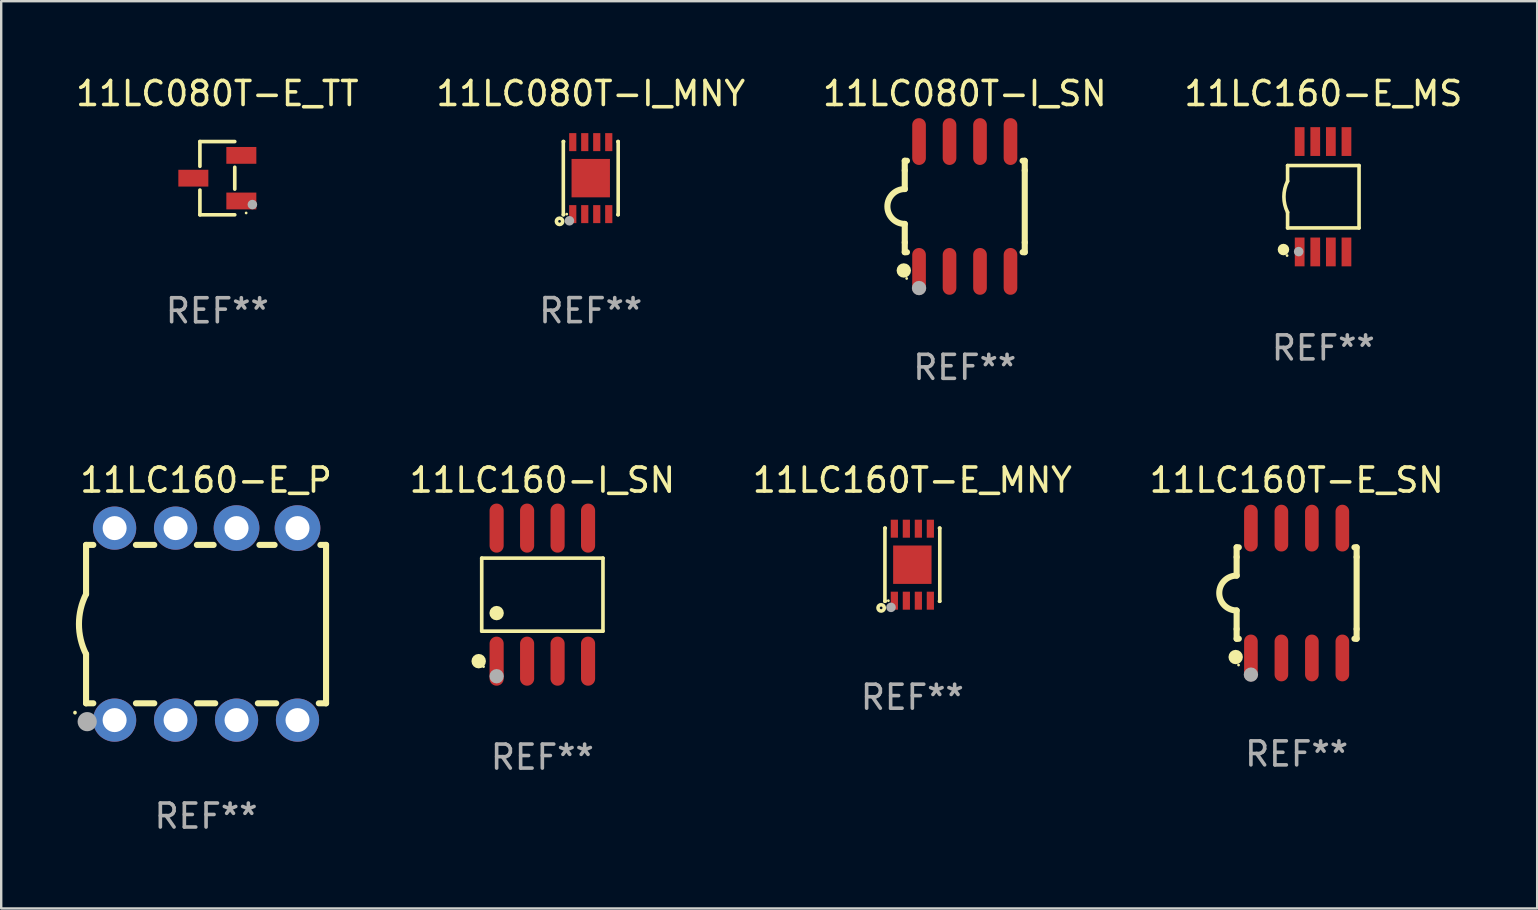
<source format=kicad_pcb>
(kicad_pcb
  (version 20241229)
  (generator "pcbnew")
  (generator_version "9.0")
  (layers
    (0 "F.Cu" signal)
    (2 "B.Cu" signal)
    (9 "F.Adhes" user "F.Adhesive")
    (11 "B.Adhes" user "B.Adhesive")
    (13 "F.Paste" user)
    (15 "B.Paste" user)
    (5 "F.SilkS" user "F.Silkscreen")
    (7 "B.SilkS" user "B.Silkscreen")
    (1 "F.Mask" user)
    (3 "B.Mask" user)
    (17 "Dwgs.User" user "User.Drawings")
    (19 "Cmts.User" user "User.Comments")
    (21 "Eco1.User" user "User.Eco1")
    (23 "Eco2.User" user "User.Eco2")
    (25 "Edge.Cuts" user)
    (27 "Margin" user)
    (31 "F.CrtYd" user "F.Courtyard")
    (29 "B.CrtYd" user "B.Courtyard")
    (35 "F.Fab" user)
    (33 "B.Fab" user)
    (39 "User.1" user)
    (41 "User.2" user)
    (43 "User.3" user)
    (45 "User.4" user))
  (footprint "11LC080T-I_SN"
    (layer "F.Cu")
    (at 37.149 5.553)
    (property "Reference" "11LC080T-I_SN" (at 0 -4.705 0) (layer "F.SilkS") (effects (font (size 1 1) (thickness 0.15))))
    (attr through_hole)
    (fp_line (start -2.5 -1.905) (end -2.409 -1.905) (stroke (width 0.254) (type solid)) (layer "F.SilkS"))
    (fp_line (start -2.5 -1.5) (end -2.5 -1.905) (stroke (width 0.254) (type solid)) (layer "F.SilkS"))
    (fp_line (start -2.5 -1.5) (end -2.5 -0.726) (stroke (width 0.254) (type solid)) (layer "F.SilkS"))
    (fp_line (start -2.5 1.5) (end -2.5 0.727) (stroke (width 0.254) (type solid)) (layer "F.SilkS"))
    (fp_line (start -2.5 1.5) (end -2.5 1.905) (stroke (width 0.254) (type solid)) (layer "F.SilkS"))
    (fp_line (start -2.5 1.905) (end -2.409 1.905) (stroke (width 0.254) (type solid)) (layer "F.SilkS"))
    (fp_line (start 2.5 -1.905) (end 2.409 -1.905) (stroke (width 0.254) (type solid)) (layer "F.SilkS"))
    (fp_line (start 2.5 -1.5) (end 2.5 -1.905) (stroke (width 0.254) (type solid)) (layer "F.SilkS"))
    (fp_line (start 2.5 -1.5) (end 2.5 1.5) (stroke (width 0.254) (type solid)) (layer "F.SilkS"))
    (fp_line (start 2.5 1.5) (end 2.5 1.905) (stroke (width 0.254) (type solid)) (layer "F.SilkS"))
    (fp_line (start 2.5 1.905) (end 2.409 1.905) (stroke (width 0.254) (type solid)) (layer "F.SilkS"))
    (fp_arc (start -2.5 0.726568) (mid -3.220316 -0.0023) (end -2.495097 -0.726289) (stroke (width 0.254001) (type solid)) (layer "F.SilkS"))
    (fp_circle (center -2.54 2.667) (end -2.39 2.667) (stroke (width 0.3) (type solid)) (fill no) (layer "F.SilkS"))
    (fp_circle (center -2.42 3) (end -2.39 3) (stroke (width 0.06) (type solid)) (fill no) (layer "F.SilkS"))
    (fp_circle (center -1.905 3.4) (end -1.755 3.4) (stroke (width 0.3) (type solid)) (fill no) (layer "F.Fab"))
    (fp_text user "REF**" (at 0 6.705 0) (layer "F.Fab") (effects (font (size 1 1) (thickness 0.15))))
    (pad "1" smd oval (at -1.905 2.705) (size 0.568 1.95) (layers "F.Cu" "F.Mask" "F.Paste"))
    (pad "2" smd oval (at -0.635 2.705) (size 0.568 1.95) (layers "F.Cu" "F.Mask" "F.Paste"))
    (pad "3" smd oval (at 0.635 2.705) (size 0.568 1.95) (layers "F.Cu" "F.Mask" "F.Paste"))
    (pad "4" smd oval (at 1.905 2.705) (size 0.568 1.95) (layers "F.Cu" "F.Mask" "F.Paste"))
    (pad "5" smd oval (at 1.905 -2.705) (size 0.568 1.95) (layers "F.Cu" "F.Mask" "F.Paste"))
    (pad "6" smd oval (at 0.635 -2.705) (size 0.568 1.95) (layers "F.Cu" "F.Mask" "F.Paste"))
    (pad "7" smd oval (at -0.635 -2.705) (size 0.568 1.95) (layers "F.Cu" "F.Mask" "F.Paste"))
    (pad "8" smd oval (at -1.905 -2.705) (size 0.568 1.95) (layers "F.Cu" "F.Mask" "F.Paste")))
  (footprint "11LC160-I_SN"
    (layer "F.Cu")
    (at 19.548 21.727)
    (property "Reference" "11LC160-I_SN" (at 0 -4.772 0) (layer "F.SilkS") (effects (font (size 1 1) (thickness 0.15))))
    (attr through_hole)
    (fp_line (start -2.526 -1.521) (end 2.526 -1.521) (stroke (width 0.152) (type solid)) (layer "F.SilkS"))
    (fp_line (start -2.526 1.521) (end -2.526 -1.521) (stroke (width 0.152) (type solid)) (layer "F.SilkS"))
    (fp_line (start 2.526 -1.521) (end 2.526 1.521) (stroke (width 0.152) (type solid)) (layer "F.SilkS"))
    (fp_line (start 2.526 1.521) (end -2.526 1.521) (stroke (width 0.152) (type solid)) (layer "F.SilkS"))
    (fp_circle (center -2.652 2.772) (end -2.501 2.772) (stroke (width 0.3) (type solid)) (fill no) (layer "F.SilkS"))
    (fp_circle (center -2.45 3) (end -2.42 3) (stroke (width 0.06) (type solid)) (fill no) (layer "F.SilkS"))
    (fp_circle (center -1.905 0.769) (end -1.755 0.769) (stroke (width 0.3) (type solid)) (fill no) (layer "F.SilkS"))
    (fp_circle (center -1.905 3.4) (end -1.755 3.4) (stroke (width 0.3) (type solid)) (fill no) (layer "F.Fab"))
    (fp_text user "REF**" (at 0 6.772 0) (layer "F.Fab") (effects (font (size 1 1) (thickness 0.15))))
    (pad "1" smd oval (at -1.905 2.772) (size 0.588 2.045) (layers "F.Cu" "F.Mask" "F.Paste"))
    (pad "2" smd oval (at -0.635 2.772) (size 0.588 2.045) (layers "F.Cu" "F.Mask" "F.Paste"))
    (pad "3" smd oval (at 0.635 2.772) (size 0.588 2.045) (layers "F.Cu" "F.Mask" "F.Paste"))
    (pad "4" smd oval (at 1.905 2.772) (size 0.588 2.045) (layers "F.Cu" "F.Mask" "F.Paste"))
    (pad "5" smd oval (at 1.905 -2.772) (size 0.588 2.045) (layers "F.Cu" "F.Mask" "F.Paste"))
    (pad "6" smd oval (at 0.635 -2.772) (size 0.588 2.045) (layers "F.Cu" "F.Mask" "F.Paste"))
    (pad "7" smd oval (at -0.635 -2.772) (size 0.588 2.045) (layers "F.Cu" "F.Mask" "F.Paste"))
    (pad "8" smd oval (at -1.905 -2.772) (size 0.588 2.045) (layers "F.Cu" "F.Mask" "F.Paste")))
  (footprint "11LC080T-E_TT"
    (layer "F.Cu")
    (at 6.006 4.374)
    (property "Reference" "11LC080T-E_TT" (at 0 -3.526 0) (layer "F.SilkS") (effects (font (size 1 1) (thickness 0.15))))
    (attr through_hole)
    (fp_line (start -0.726 -1.526) (end -0.726 -0.495) (stroke (width 0.152) (type solid)) (layer "F.SilkS"))
    (fp_line (start -0.726 1.526) (end -0.726 0.495) (stroke (width 0.152) (type solid)) (layer "F.SilkS"))
    (fp_line (start 0.726 -1.526) (end -0.726 -1.526) (stroke (width 0.152) (type solid)) (layer "F.SilkS"))
    (fp_line (start 0.726 -0.455) (end 0.726 0.455) (stroke (width 0.152) (type solid)) (layer "F.SilkS"))
    (fp_line (start 0.726 1.526) (end -0.726 1.526) (stroke (width 0.152) (type solid)) (layer "F.SilkS"))
    (fp_circle (center 1.2 1.45) (end 1.23 1.45) (stroke (width 0.06) (type solid)) (fill no) (layer "F.SilkS"))
    (fp_circle (center 1.46 1.1) (end 1.56 1.1) (stroke (width 0.2) (type solid)) (fill no) (layer "F.Fab"))
    (fp_text user "REF**" (at 0 5.526 0) (layer "F.Fab") (effects (font (size 1 1) (thickness 0.15))))
    (pad "1" smd rect (at 1 0.95) (size 1.25 0.7) (layers "F.Cu" "F.Mask" "F.Paste"))
    (pad "2" smd rect (at 1 -0.95) (size 1.25 0.7) (layers "F.Cu" "F.Mask" "F.Paste"))
    (pad "3" smd rect (at -1 0) (size 1.25 0.7) (layers "F.Cu" "F.Mask" "F.Paste")))
  (footprint "11LC160-E_MS"
    (layer "F.Cu")
    (at 52.089 5.148)
    (property "Reference" "11LC160-E_MS" (at 0 -4.3 0) (layer "F.SilkS") (effects (font (size 1 1) (thickness 0.15))))
    (attr through_hole)
    (fp_line (start -1.489 -1.3) (end -1.489 -0.648) (stroke (width 0.15) (type solid)) (layer "F.SilkS"))
    (fp_line (start -1.489 0.648) (end -1.489 1.3) (stroke (width 0.15) (type solid)) (layer "F.SilkS"))
    (fp_line (start -1.489 1.3) (end 1.489 1.3) (stroke (width 0.15) (type solid)) (layer "F.SilkS"))
    (fp_line (start 1.489 -1.3) (end -1.489 -1.3) (stroke (width 0.15) (type solid)) (layer "F.SilkS"))
    (fp_line (start 1.489 1.3) (end 1.489 -1.3) (stroke (width 0.15) (type solid)) (layer "F.SilkS"))
    (fp_arc (start -1.489205 0.647702) (mid -1.642107 0) (end -1.489205 -0.647701) (stroke (width 0.150013) (type solid)) (layer "F.SilkS"))
    (fp_circle (center -1.661 2.2) (end -1.541 2.2) (stroke (width 0.24) (type solid)) (fill no) (layer "F.SilkS"))
    (fp_circle (center -1.511 2.45) (end -1.481 2.45) (stroke (width 0.06) (type solid)) (fill no) (layer "F.SilkS"))
    (fp_circle (center -1.027 2.286) (end -0.927 2.286) (stroke (width 0.2) (type solid)) (fill no) (layer "F.Fab"))
    (fp_text user "REF**" (at 0 6.3 0) (layer "F.Fab") (effects (font (size 1 1) (thickness 0.15))))
    (pad "1" smd rect (at -0.986 2.3) (size 0.406 1.2) (layers "F.Cu" "F.Mask" "F.Paste"))
    (pad "2" smd rect (at -0.336 2.3) (size 0.406 1.2) (layers "F.Cu" "F.Mask" "F.Paste"))
    (pad "3" smd rect (at 0.314 2.3) (size 0.406 1.2) (layers "F.Cu" "F.Mask" "F.Paste"))
    (pad "4" smd rect (at 0.964 2.3) (size 0.406 1.2) (layers "F.Cu" "F.Mask" "F.Paste"))
    (pad "5" smd rect (at 0.964 -2.3) (size 0.406 1.2) (layers "F.Cu" "F.Mask" "F.Paste"))
    (pad "6" smd rect (at 0.314 -2.3) (size 0.406 1.2) (layers "F.Cu" "F.Mask" "F.Paste"))
    (pad "7" smd rect (at -0.336 -2.3) (size 0.406 1.2) (layers "F.Cu" "F.Mask" "F.Paste"))
    (pad "8" smd rect (at -0.986 -2.3) (size 0.406 1.2) (layers "F.Cu" "F.Mask" "F.Paste")))
  (footprint "11LC160T-E_MNY"
    (layer "F.Cu")
    (at 34.965 20.479)
    (property "Reference" "11LC160T-E_MNY" (at 0 -3.524 0) (layer "F.SilkS") (effects (font (size 1 1) (thickness 0.15))))
    (attr through_hole)
    (fp_line (start -1.143 -1.524) (end -1.143 1.524) (stroke (width 0.15) (type solid)) (layer "F.SilkS"))
    (fp_line (start -1.143 1.524) (end -1.129 1.524) (stroke (width 0.15) (type solid)) (layer "F.SilkS"))
    (fp_line (start -1.129 -1.524) (end -1.143 -1.524) (stroke (width 0.15) (type solid)) (layer "F.SilkS"))
    (fp_line (start 1.129 1.524) (end 1.143 1.524) (stroke (width 0.15) (type solid)) (layer "F.SilkS"))
    (fp_line (start 1.143 -1.524) (end 1.129 -1.524) (stroke (width 0.15) (type solid)) (layer "F.SilkS"))
    (fp_line (start 1.143 1.524) (end 1.143 -1.524) (stroke (width 0.15) (type solid)) (layer "F.SilkS"))
    (fp_circle (center -1.3 1.8) (end -1.243 1.8) (stroke (width 0.15) (type solid)) (fill no) (layer "F.SilkS"))
    (fp_circle (center -1 1.5) (end -0.97 1.5) (stroke (width 0.06) (type solid)) (fill no) (layer "F.SilkS"))
    (fp_circle (center -0.889 1.778) (end -0.789 1.778) (stroke (width 0.2) (type solid)) (fill no) (layer "F.Fab"))
    (fp_text user "REF**" (at 0 5.524 0) (layer "F.Fab") (effects (font (size 1 1) (thickness 0.15))))
    (pad "1" smd rect (at -0.75 1.5 90) (size 0.75 0.3) (layers "F.Cu" "F.Mask" "F.Paste"))
    (pad "2" smd rect (at -0.25 1.5 90) (size 0.75 0.3) (layers "F.Cu" "F.Mask" "F.Paste"))
    (pad "3" smd rect (at 0.25 1.5 90) (size 0.75 0.3) (layers "F.Cu" "F.Mask" "F.Paste"))
    (pad "4" smd rect (at 0.75 1.5 90) (size 0.75 0.3) (layers "F.Cu" "F.Mask" "F.Paste"))
    (pad "5" smd rect (at 0.75 -1.5 90) (size 0.75 0.3) (layers "F.Cu" "F.Mask" "F.Paste"))
    (pad "6" smd rect (at 0.25 -1.5 90) (size 0.75 0.3) (layers "F.Cu" "F.Mask" "F.Paste"))
    (pad "7" smd rect (at -0.25 -1.5 90) (size 0.75 0.3) (layers "F.Cu" "F.Mask" "F.Paste"))
    (pad "8" smd rect (at -0.75 -1.5 90) (size 0.75 0.3) (layers "F.Cu" "F.Mask" "F.Paste"))
    (pad "9" smd rect (at -0.000203 0.000457 90) (size 1.6 1.6) (layers "F.Cu" "F.Mask" "F.Paste")))
  (footprint "11LC080T-I_MNY"
    (layer "F.Cu")
    (at 21.565 4.372)
    (property "Reference" "11LC080T-I_MNY" (at 0 -3.524 0) (layer "F.SilkS") (effects (font (size 1 1) (thickness 0.15))))
    (attr through_hole)
    (fp_line (start -1.143 -1.524) (end -1.143 1.524) (stroke (width 0.15) (type solid)) (layer "F.SilkS"))
    (fp_line (start -1.143 1.524) (end -1.129 1.524) (stroke (width 0.15) (type solid)) (layer "F.SilkS"))
    (fp_line (start -1.129 -1.524) (end -1.143 -1.524) (stroke (width 0.15) (type solid)) (layer "F.SilkS"))
    (fp_line (start 1.129 1.524) (end 1.143 1.524) (stroke (width 0.15) (type solid)) (layer "F.SilkS"))
    (fp_line (start 1.143 -1.524) (end 1.129 -1.524) (stroke (width 0.15) (type solid)) (layer "F.SilkS"))
    (fp_line (start 1.143 1.524) (end 1.143 -1.524) (stroke (width 0.15) (type solid)) (layer "F.SilkS"))
    (fp_circle (center -1.3 1.8) (end -1.243 1.8) (stroke (width 0.15) (type solid)) (fill no) (layer "F.SilkS"))
    (fp_circle (center -1 1.5) (end -0.97 1.5) (stroke (width 0.06) (type solid)) (fill no) (layer "F.SilkS"))
    (fp_circle (center -0.889 1.778) (end -0.789 1.778) (stroke (width 0.2) (type solid)) (fill no) (layer "F.Fab"))
    (fp_text user "REF**" (at 0 5.524 0) (layer "F.Fab") (effects (font (size 1 1) (thickness 0.15))))
    (pad "1" smd rect (at -0.75 1.5 90) (size 0.75 0.3) (layers "F.Cu" "F.Mask" "F.Paste"))
    (pad "2" smd rect (at -0.25 1.5 90) (size 0.75 0.3) (layers "F.Cu" "F.Mask" "F.Paste"))
    (pad "3" smd rect (at 0.25 1.5 90) (size 0.75 0.3) (layers "F.Cu" "F.Mask" "F.Paste"))
    (pad "4" smd rect (at 0.75 1.5 90) (size 0.75 0.3) (layers "F.Cu" "F.Mask" "F.Paste"))
    (pad "5" smd rect (at 0.75 -1.5 90) (size 0.75 0.3) (layers "F.Cu" "F.Mask" "F.Paste"))
    (pad "6" smd rect (at 0.25 -1.5 90) (size 0.75 0.3) (layers "F.Cu" "F.Mask" "F.Paste"))
    (pad "7" smd rect (at -0.25 -1.5 90) (size 0.75 0.3) (layers "F.Cu" "F.Mask" "F.Paste"))
    (pad "8" smd rect (at -0.75 -1.5 90) (size 0.75 0.3) (layers "F.Cu" "F.Mask" "F.Paste"))
    (pad "9" smd rect (at -0.000203 0.000457 90) (size 1.6 1.6) (layers "F.Cu" "F.Mask" "F.Paste")))
  (footprint "11LC160-E_P"
    (layer "F.Cu")
    (at 5.536 22.955)
    (property "Reference" "11LC160-E_P" (at 0 -6 0) (layer "F.SilkS") (effects (font (size 1 1) (thickness 0.15))))
    (attr through_hole)
    (fp_line (start -5 -3.3) (end -5 -1.25) (stroke (width 0.254) (type solid)) (layer "F.SilkS"))
    (fp_line (start -5 -3.3) (end -4.698 -3.3) (stroke (width 0.254) (type solid)) (layer "F.SilkS"))
    (fp_line (start -5 3.3) (end -5 1.25) (stroke (width 0.254) (type solid)) (layer "F.SilkS"))
    (fp_line (start -5 3.3) (end -4.698 3.3) (stroke (width 0.254) (type solid)) (layer "F.SilkS"))
    (fp_line (start -2.922 -3.3) (end -2.158 -3.3) (stroke (width 0.254) (type solid)) (layer "F.SilkS"))
    (fp_line (start -2.922 3.3) (end -2.158 3.3) (stroke (width 0.254) (type solid)) (layer "F.SilkS"))
    (fp_line (start -0.382 -3.3) (end 0.316 -3.3) (stroke (width 0.254) (type solid)) (layer "F.SilkS"))
    (fp_line (start -0.382 3.3) (end 0.382 3.3) (stroke (width 0.254) (type solid)) (layer "F.SilkS"))
    (fp_line (start 2.158 3.3) (end 2.922 3.3) (stroke (width 0.254) (type solid)) (layer "F.SilkS"))
    (fp_line (start 2.224 -3.3) (end 2.856 -3.3) (stroke (width 0.254) (type solid)) (layer "F.SilkS"))
    (fp_line (start 4.698 3.3) (end 5 3.3) (stroke (width 0.254) (type solid)) (layer "F.SilkS"))
    (fp_line (start 4.764 -3.3) (end 5 -3.3) (stroke (width 0.254) (type solid)) (layer "F.SilkS"))
    (fp_line (start 5 -3.3) (end 5 3.3) (stroke (width 0.254) (type solid)) (layer "F.SilkS"))
    (fp_arc (start -5.46124 3.694259) (mid -5.461175 3.688632) (end -5.460986 3.683007) (stroke (width 0.149987) (type solid)) (layer "F.SilkS"))
    (fp_arc (start -5.00127 1.249682) (mid -5.295892 -0.000313) (end -5.000025 -1.250013) (stroke (width 0.254001) (type solid)) (layer "F.SilkS"))
    (fp_circle (center -4.795 4.237) (end -4.765 4.237) (stroke (width 0.06) (type solid)) (fill no) (layer "F.SilkS"))
    (fp_circle (center -4.953 4.064) (end -4.753 4.064) (stroke (width 0.4) (type solid)) (fill no) (layer "F.Fab"))
    (fp_text user "REF**" (at 0 8 0) (layer "F.Fab") (effects (font (size 1 1) (thickness 0.15))))
    (pad "1" thru_hole circle (at -3.81 4) (size 1.8 1.8) (drill 1) (layers "*.Cu" "*.Mask"))
    (pad "2" thru_hole circle (at -1.27 4) (size 1.8 1.8) (drill 1) (layers "*.Cu" "*.Mask"))
    (pad "3" thru_hole circle (at 1.27 4) (size 1.8 1.8) (drill 1) (layers "*.Cu" "*.Mask"))
    (pad "4" thru_hole circle (at 3.81 4) (size 1.8 1.8) (drill 1) (layers "*.Cu" "*.Mask"))
    (pad "5" thru_hole circle (at 3.81 -4) (size 1.905 1.905) (drill 1) (layers "*.Cu" "*.Mask"))
    (pad "6" thru_hole circle (at 1.27 -4) (size 1.905 1.905) (drill 1) (layers "*.Cu" "*.Mask"))
    (pad "7" thru_hole circle (at -1.27 -4) (size 1.8 1.8) (drill 1) (layers "*.Cu" "*.Mask"))
    (pad "8" thru_hole circle (at -3.81 -4) (size 1.8 1.8) (drill 1) (layers "*.Cu" "*.Mask")))
  (footprint "11LC160T-E_SN"
    (layer "F.Cu")
    (at 50.977 21.66)
    (property "Reference" "11LC160T-E_SN" (at 0 -4.705 0) (layer "F.SilkS") (effects (font (size 1 1) (thickness 0.15))))
    (attr through_hole)
    (fp_line (start -2.5 -1.905) (end -2.409 -1.905) (stroke (width 0.254) (type solid)) (layer "F.SilkS"))
    (fp_line (start -2.5 -1.5) (end -2.5 -1.905) (stroke (width 0.254) (type solid)) (layer "F.SilkS"))
    (fp_line (start -2.5 -1.5) (end -2.5 -0.726) (stroke (width 0.254) (type solid)) (layer "F.SilkS"))
    (fp_line (start -2.5 1.5) (end -2.5 0.727) (stroke (width 0.254) (type solid)) (layer "F.SilkS"))
    (fp_line (start -2.5 1.5) (end -2.5 1.905) (stroke (width 0.254) (type solid)) (layer "F.SilkS"))
    (fp_line (start -2.5 1.905) (end -2.409 1.905) (stroke (width 0.254) (type solid)) (layer "F.SilkS"))
    (fp_line (start 2.5 -1.905) (end 2.409 -1.905) (stroke (width 0.254) (type solid)) (layer "F.SilkS"))
    (fp_line (start 2.5 -1.5) (end 2.5 -1.905) (stroke (width 0.254) (type solid)) (layer "F.SilkS"))
    (fp_line (start 2.5 -1.5) (end 2.5 1.5) (stroke (width 0.254) (type solid)) (layer "F.SilkS"))
    (fp_line (start 2.5 1.5) (end 2.5 1.905) (stroke (width 0.254) (type solid)) (layer "F.SilkS"))
    (fp_line (start 2.5 1.905) (end 2.409 1.905) (stroke (width 0.254) (type solid)) (layer "F.SilkS"))
    (fp_arc (start -2.5 0.726568) (mid -3.220316 -0.0023) (end -2.495097 -0.726289) (stroke (width 0.254001) (type solid)) (layer "F.SilkS"))
    (fp_circle (center -2.54 2.667) (end -2.39 2.667) (stroke (width 0.3) (type solid)) (fill no) (layer "F.SilkS"))
    (fp_circle (center -2.42 3) (end -2.39 3) (stroke (width 0.06) (type solid)) (fill no) (layer "F.SilkS"))
    (fp_circle (center -1.905 3.4) (end -1.755 3.4) (stroke (width 0.3) (type solid)) (fill no) (layer "F.Fab"))
    (fp_text user "REF**" (at 0 6.705 0) (layer "F.Fab") (effects (font (size 1 1) (thickness 0.15))))
    (pad "1" smd oval (at -1.905 2.705) (size 0.568 1.95) (layers "F.Cu" "F.Mask" "F.Paste"))
    (pad "2" smd oval (at -0.635 2.705) (size 0.568 1.95) (layers "F.Cu" "F.Mask" "F.Paste"))
    (pad "3" smd oval (at 0.635 2.705) (size 0.568 1.95) (layers "F.Cu" "F.Mask" "F.Paste"))
    (pad "4" smd oval (at 1.905 2.705) (size 0.568 1.95) (layers "F.Cu" "F.Mask" "F.Paste"))
    (pad "5" smd oval (at 1.905 -2.705) (size 0.568 1.95) (layers "F.Cu" "F.Mask" "F.Paste"))
    (pad "6" smd oval (at 0.635 -2.705) (size 0.568 1.95) (layers "F.Cu" "F.Mask" "F.Paste"))
    (pad "7" smd oval (at -0.635 -2.705) (size 0.568 1.95) (layers "F.Cu" "F.Mask" "F.Paste"))
    (pad "8" smd oval (at -1.905 -2.705) (size 0.568 1.95) (layers "F.Cu" "F.Mask" "F.Paste")))
  (gr_rect
    (start -3 -3)
    (end 61 34.803)
    (stroke (width 0.1) (type default))
    (fill no)
    (layer "Edge.Cuts")))
</source>
